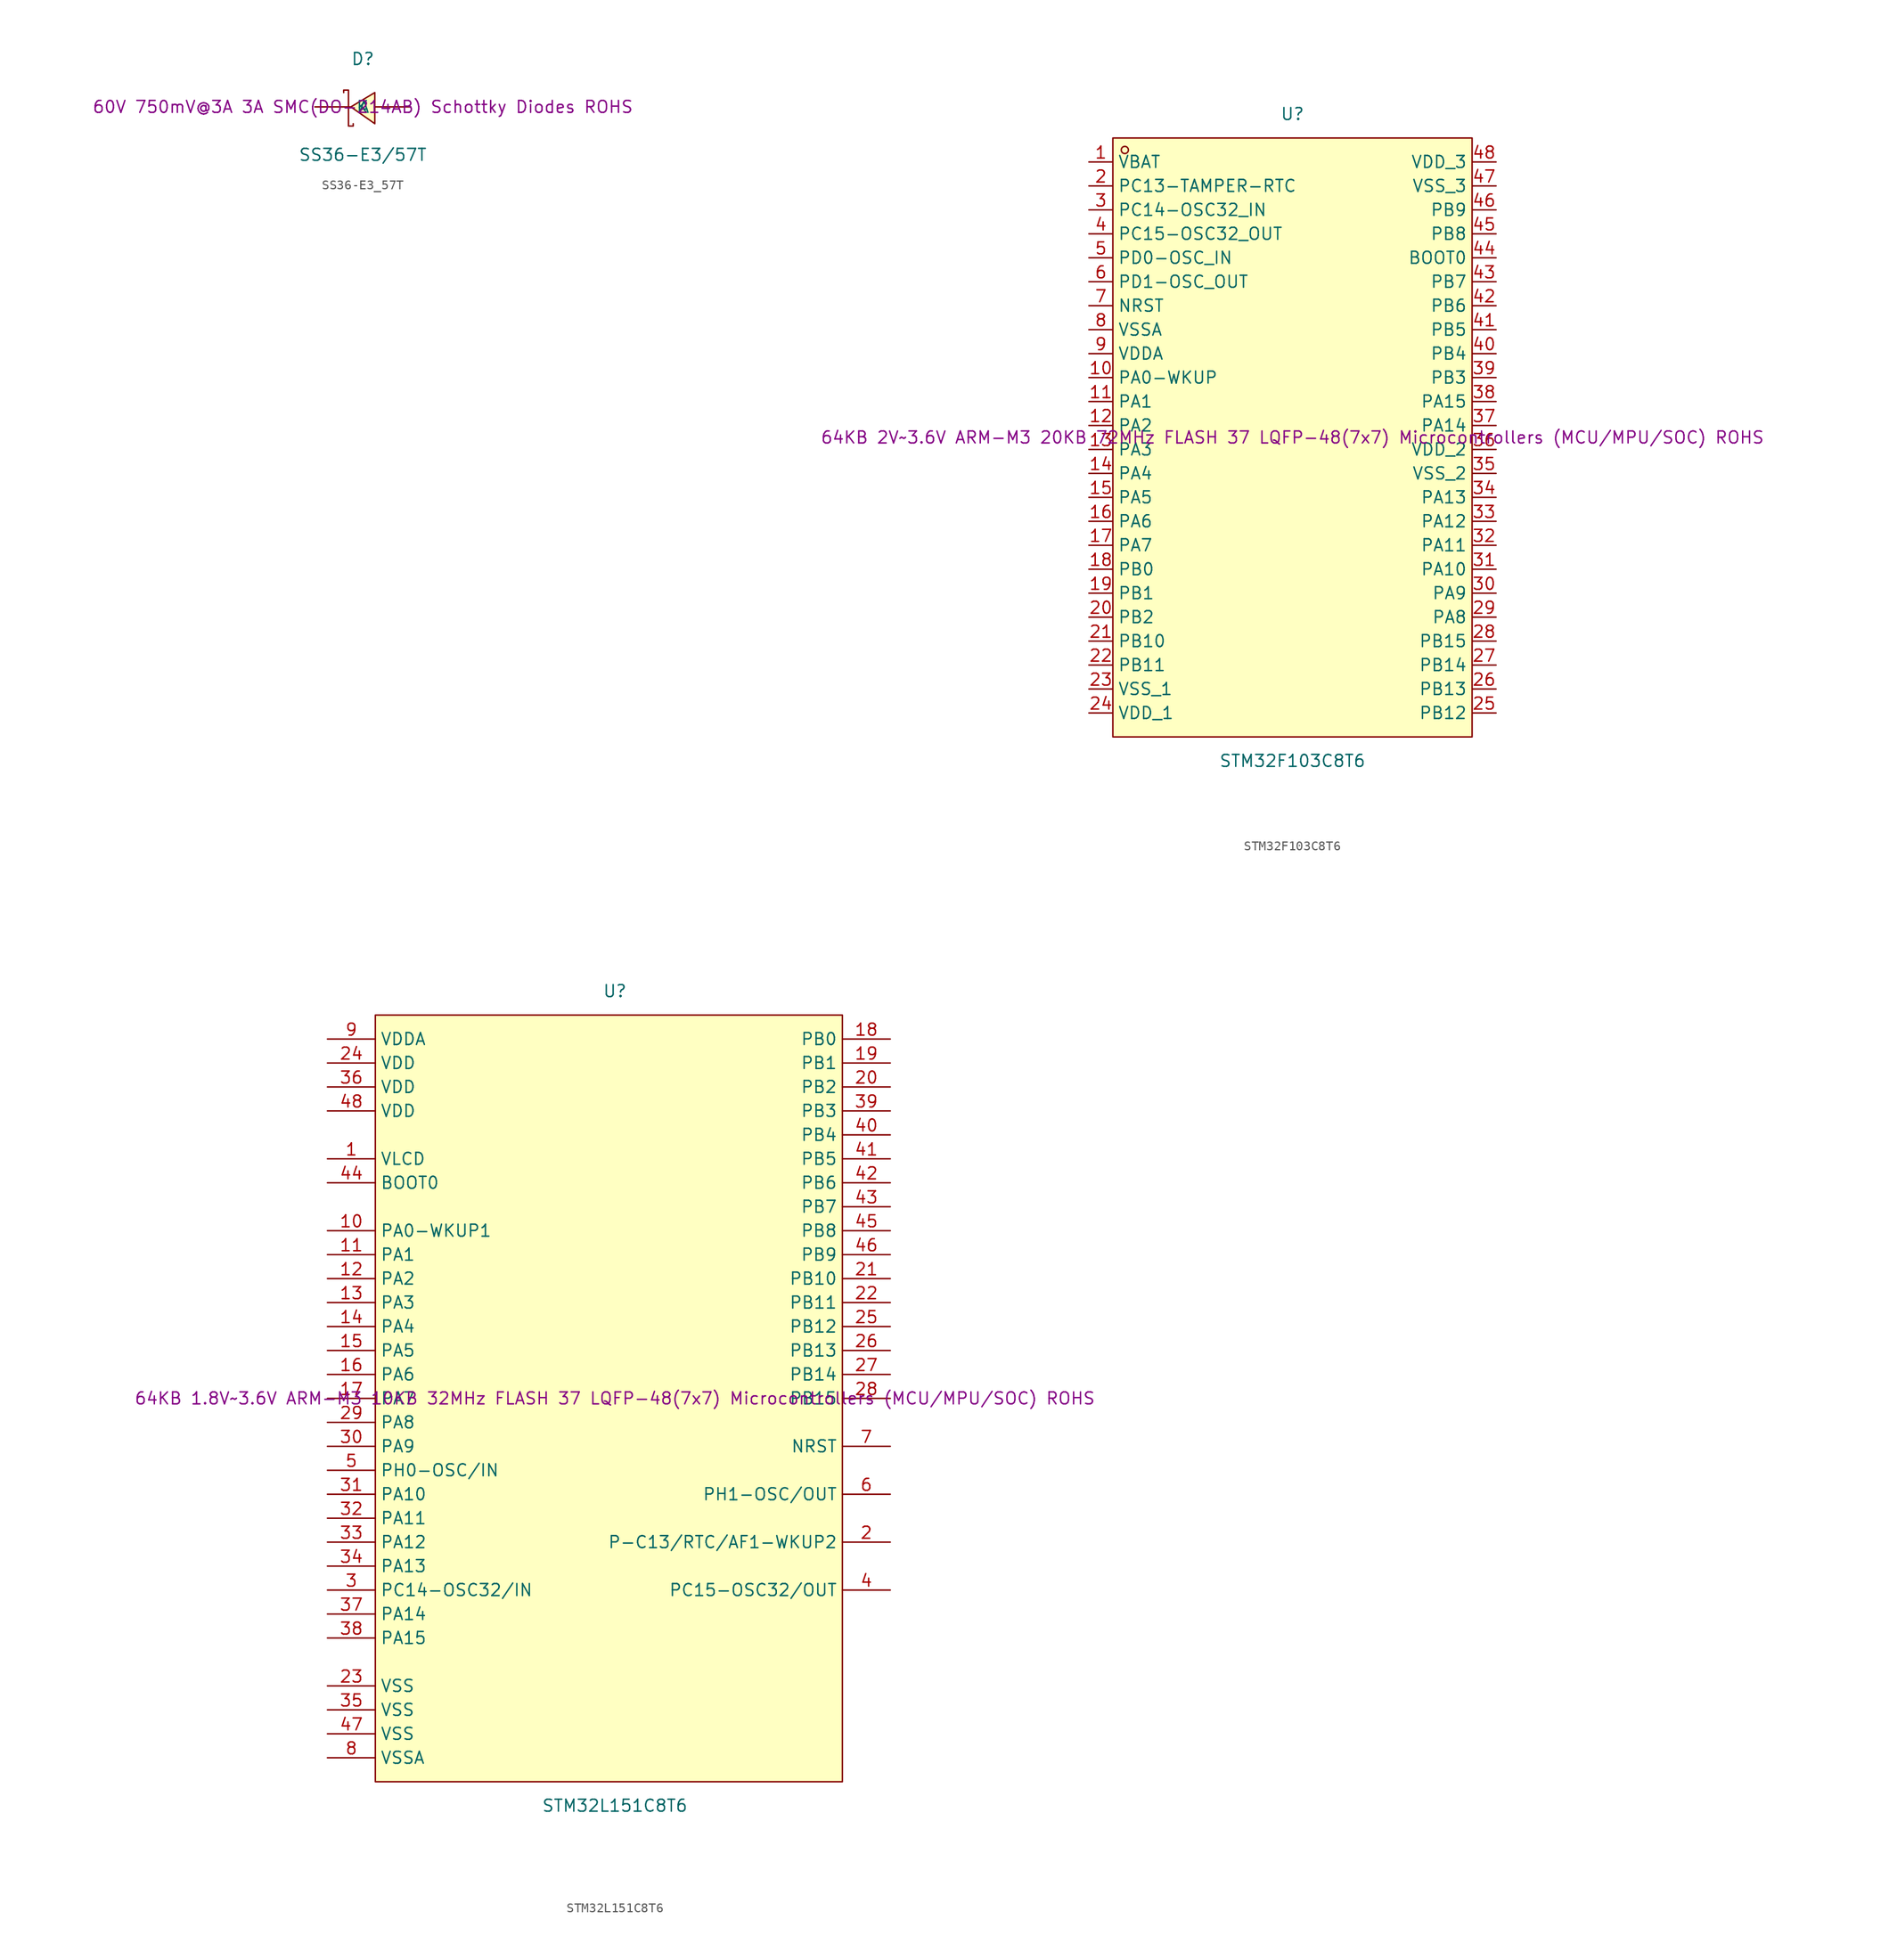
<source format=kicad_sym>
(kicad_symbol_lib
  (version 20241209)
  (generator "kicad_symbol_editor")
  (generator_version "9.0")
  (symbol "SS36-E3_57T"
    (pin_numbers
      (hide yes))
    (property "Reference" "D"
      (at 0 5.08 0)
      (effects (font (size 1.27 1.27))))
    (property "Value" "SS36-E3/57T"
      (at 0 -5.08 0)
      (effects (font (size 1.27 1.27))))
    (property "Description" "60V 750mV@3A 3A SMC(DO-214AB) Schottky Diodes ROHS"
      (at 0 0 0)
      (effects (font (size 1.27 1.27))))
    (symbol "SS36-E3_57T_0_1"
      (polyline (pts (xy -2.03 1.52) (xy -2.03 1.78) (xy -1.52 1.78) (xy -1.52 -2.03) (xy -1.02 -2.03) (xy -1.02 -1.78)) (stroke (width 0) (type default)) (fill (type none)))
      (polyline (pts (xy 1.27 1.52) (xy -1.27 0) (xy 1.27 -1.78) (xy 1.27 1.52)) (stroke (width 0) (type default)) (fill (type background)))
      (pin unspecified line (at -5.08 0 0) (length 3.81) (name "K" (effects (font (size 1.27 1.27)))) (number "2" (effects (font (size 1.27 1.27)))))
      (pin unspecified line (at 5.08 0 180) (length 3.81) (name "A" (effects (font (size 1.27 1.27)))) (number "1" (effects (font (size 1.27 1.27)))))))
  (symbol "STM32F103C8T6"
    (property "Reference" "U"
      (at 0 34.29 0)
      (effects (font (size 1.27 1.27))))
    (property "Value" "STM32F103C8T6"
      (at 0 -34.29 0)
      (effects (font (size 1.27 1.27))))
    (property "Description" "64KB 2V~3.6V ARM-M3 20KB 72MHz FLASH 37 LQFP-48(7x7) Microcontrollers (MCU/MPU/SOC) ROHS"
      (at 0 0 0)
      (effects (font (size 1.27 1.27))))
    (symbol "STM32F103C8T6_0_1"
      (rectangle (start -19.05 31.75) (end 19.05 -31.75) (stroke (width 0) (type default)) (fill (type background)))
      (circle (center -17.78 30.48) (radius 0.38) (stroke (width 0) (type default)) (fill (type none)))
      (pin unspecified line (at -21.59 29.21 0) (length 2.54) (name "VBAT" (effects (font (size 1.27 1.27)))) (number "1" (effects (font (size 1.27 1.27)))))
      (pin unspecified line (at -21.59 26.67 0) (length 2.54) (name "PC13-TAMPER-RTC" (effects (font (size 1.27 1.27)))) (number "2" (effects (font (size 1.27 1.27)))))
      (pin unspecified line (at -21.59 24.13 0) (length 2.54) (name "PC14-OSC32_IN" (effects (font (size 1.27 1.27)))) (number "3" (effects (font (size 1.27 1.27)))))
      (pin unspecified line (at -21.59 21.59 0) (length 2.54) (name "PC15-OSC32_OUT" (effects (font (size 1.27 1.27)))) (number "4" (effects (font (size 1.27 1.27)))))
      (pin unspecified line (at -21.59 19.05 0) (length 2.54) (name "PD0-OSC_IN" (effects (font (size 1.27 1.27)))) (number "5" (effects (font (size 1.27 1.27)))))
      (pin unspecified line (at -21.59 16.51 0) (length 2.54) (name "PD1-OSC_OUT" (effects (font (size 1.27 1.27)))) (number "6" (effects (font (size 1.27 1.27)))))
      (pin unspecified line (at -21.59 13.97 0) (length 2.54) (name "NRST" (effects (font (size 1.27 1.27)))) (number "7" (effects (font (size 1.27 1.27)))))
      (pin unspecified line (at -21.59 11.43 0) (length 2.54) (name "VSSA" (effects (font (size 1.27 1.27)))) (number "8" (effects (font (size 1.27 1.27)))))
      (pin unspecified line (at -21.59 8.89 0) (length 2.54) (name "VDDA" (effects (font (size 1.27 1.27)))) (number "9" (effects (font (size 1.27 1.27)))))
      (pin unspecified line (at -21.59 6.35 0) (length 2.54) (name "PA0-WKUP" (effects (font (size 1.27 1.27)))) (number "10" (effects (font (size 1.27 1.27)))))
      (pin unspecified line (at -21.59 3.81 0) (length 2.54) (name "PA1" (effects (font (size 1.27 1.27)))) (number "11" (effects (font (size 1.27 1.27)))))
      (pin unspecified line (at -21.59 1.27 0) (length 2.54) (name "PA2" (effects (font (size 1.27 1.27)))) (number "12" (effects (font (size 1.27 1.27)))))
      (pin unspecified line (at -21.59 -1.27 0) (length 2.54) (name "PA3" (effects (font (size 1.27 1.27)))) (number "13" (effects (font (size 1.27 1.27)))))
      (pin unspecified line (at -21.59 -3.81 0) (length 2.54) (name "PA4" (effects (font (size 1.27 1.27)))) (number "14" (effects (font (size 1.27 1.27)))))
      (pin unspecified line (at -21.59 -6.35 0) (length 2.54) (name "PA5" (effects (font (size 1.27 1.27)))) (number "15" (effects (font (size 1.27 1.27)))))
      (pin unspecified line (at -21.59 -8.89 0) (length 2.54) (name "PA6" (effects (font (size 1.27 1.27)))) (number "16" (effects (font (size 1.27 1.27)))))
      (pin unspecified line (at -21.59 -11.43 0) (length 2.54) (name "PA7" (effects (font (size 1.27 1.27)))) (number "17" (effects (font (size 1.27 1.27)))))
      (pin unspecified line (at -21.59 -13.97 0) (length 2.54) (name "PB0" (effects (font (size 1.27 1.27)))) (number "18" (effects (font (size 1.27 1.27)))))
      (pin unspecified line (at -21.59 -16.51 0) (length 2.54) (name "PB1" (effects (font (size 1.27 1.27)))) (number "19" (effects (font (size 1.27 1.27)))))
      (pin unspecified line (at -21.59 -19.05 0) (length 2.54) (name "PB2" (effects (font (size 1.27 1.27)))) (number "20" (effects (font (size 1.27 1.27)))))
      (pin unspecified line (at -21.59 -21.59 0) (length 2.54) (name "PB10" (effects (font (size 1.27 1.27)))) (number "21" (effects (font (size 1.27 1.27)))))
      (pin unspecified line (at -21.59 -24.13 0) (length 2.54) (name "PB11" (effects (font (size 1.27 1.27)))) (number "22" (effects (font (size 1.27 1.27)))))
      (pin unspecified line (at -21.59 -26.67 0) (length 2.54) (name "VSS_1" (effects (font (size 1.27 1.27)))) (number "23" (effects (font (size 1.27 1.27)))))
      (pin unspecified line (at -21.59 -29.21 0) (length 2.54) (name "VDD_1" (effects (font (size 1.27 1.27)))) (number "24" (effects (font (size 1.27 1.27)))))
      (pin unspecified line (at 21.59 29.21 180) (length 2.54) (name "VDD_3" (effects (font (size 1.27 1.27)))) (number "48" (effects (font (size 1.27 1.27)))))
      (pin unspecified line (at 21.59 26.67 180) (length 2.54) (name "VSS_3" (effects (font (size 1.27 1.27)))) (number "47" (effects (font (size 1.27 1.27)))))
      (pin unspecified line (at 21.59 24.13 180) (length 2.54) (name "PB9" (effects (font (size 1.27 1.27)))) (number "46" (effects (font (size 1.27 1.27)))))
      (pin unspecified line (at 21.59 21.59 180) (length 2.54) (name "PB8" (effects (font (size 1.27 1.27)))) (number "45" (effects (font (size 1.27 1.27)))))
      (pin unspecified line (at 21.59 19.05 180) (length 2.54) (name "BOOT0" (effects (font (size 1.27 1.27)))) (number "44" (effects (font (size 1.27 1.27)))))
      (pin unspecified line (at 21.59 16.51 180) (length 2.54) (name "PB7" (effects (font (size 1.27 1.27)))) (number "43" (effects (font (size 1.27 1.27)))))
      (pin unspecified line (at 21.59 13.97 180) (length 2.54) (name "PB6" (effects (font (size 1.27 1.27)))) (number "42" (effects (font (size 1.27 1.27)))))
      (pin unspecified line (at 21.59 11.43 180) (length 2.54) (name "PB5" (effects (font (size 1.27 1.27)))) (number "41" (effects (font (size 1.27 1.27)))))
      (pin unspecified line (at 21.59 8.89 180) (length 2.54) (name "PB4" (effects (font (size 1.27 1.27)))) (number "40" (effects (font (size 1.27 1.27)))))
      (pin unspecified line (at 21.59 6.35 180) (length 2.54) (name "PB3" (effects (font (size 1.27 1.27)))) (number "39" (effects (font (size 1.27 1.27)))))
      (pin unspecified line (at 21.59 3.81 180) (length 2.54) (name "PA15" (effects (font (size 1.27 1.27)))) (number "38" (effects (font (size 1.27 1.27)))))
      (pin unspecified line (at 21.59 1.27 180) (length 2.54) (name "PA14" (effects (font (size 1.27 1.27)))) (number "37" (effects (font (size 1.27 1.27)))))
      (pin unspecified line (at 21.59 -1.27 180) (length 2.54) (name "VDD_2" (effects (font (size 1.27 1.27)))) (number "36" (effects (font (size 1.27 1.27)))))
      (pin unspecified line (at 21.59 -3.81 180) (length 2.54) (name "VSS_2" (effects (font (size 1.27 1.27)))) (number "35" (effects (font (size 1.27 1.27)))))
      (pin unspecified line (at 21.59 -6.35 180) (length 2.54) (name "PA13" (effects (font (size 1.27 1.27)))) (number "34" (effects (font (size 1.27 1.27)))))
      (pin unspecified line (at 21.59 -8.89 180) (length 2.54) (name "PA12" (effects (font (size 1.27 1.27)))) (number "33" (effects (font (size 1.27 1.27)))))
      (pin unspecified line (at 21.59 -11.43 180) (length 2.54) (name "PA11" (effects (font (size 1.27 1.27)))) (number "32" (effects (font (size 1.27 1.27)))))
      (pin unspecified line (at 21.59 -13.97 180) (length 2.54) (name "PA10" (effects (font (size 1.27 1.27)))) (number "31" (effects (font (size 1.27 1.27)))))
      (pin unspecified line (at 21.59 -16.51 180) (length 2.54) (name "PA9" (effects (font (size 1.27 1.27)))) (number "30" (effects (font (size 1.27 1.27)))))
      (pin unspecified line (at 21.59 -19.05 180) (length 2.54) (name "PA8" (effects (font (size 1.27 1.27)))) (number "29" (effects (font (size 1.27 1.27)))))
      (pin unspecified line (at 21.59 -21.59 180) (length 2.54) (name "PB15" (effects (font (size 1.27 1.27)))) (number "28" (effects (font (size 1.27 1.27)))))
      (pin unspecified line (at 21.59 -24.13 180) (length 2.54) (name "PB14" (effects (font (size 1.27 1.27)))) (number "27" (effects (font (size 1.27 1.27)))))
      (pin unspecified line (at 21.59 -26.67 180) (length 2.54) (name "PB13" (effects (font (size 1.27 1.27)))) (number "26" (effects (font (size 1.27 1.27)))))
      (pin unspecified line (at 21.59 -29.21 180) (length 2.54) (name "PB12" (effects (font (size 1.27 1.27)))) (number "25" (effects (font (size 1.27 1.27)))))))
  (symbol "STM32L151C8T6"
    (property "Reference" "U"
      (at 0 43.18 0)
      (effects (font (size 1.27 1.27))))
    (property "Value" "STM32L151C8T6"
      (at 0 -43.18 0)
      (effects (font (size 1.27 1.27))))
    (property "Description" "64KB 1.8V~3.6V ARM-M3 10KB 32MHz FLASH 37 LQFP-48(7x7) Microcontrollers (MCU/MPU/SOC) ROHS"
      (at 0 0 0)
      (effects (font (size 1.27 1.27))))
    (symbol "STM32L151C8T6_0_1"
      (rectangle (start -25.4 40.64) (end 24.13 -40.64) (stroke (width 0) (type default)) (fill (type background)))
      (pin power_in line (at -30.48 38.1 0) (length 5.08) (name "VDDA" (effects (font (size 1.27 1.27)))) (number "9" (effects (font (size 1.27 1.27)))))
      (pin power_in line (at -30.48 35.56 0) (length 5.08) (name "VDD" (effects (font (size 1.27 1.27)))) (number "24" (effects (font (size 1.27 1.27)))))
      (pin power_in line (at -30.48 33.02 0) (length 5.08) (name "VDD" (effects (font (size 1.27 1.27)))) (number "36" (effects (font (size 1.27 1.27)))))
      (pin power_in line (at -30.48 30.48 0) (length 5.08) (name "VDD" (effects (font (size 1.27 1.27)))) (number "48" (effects (font (size 1.27 1.27)))))
      (pin power_in line (at -30.48 25.4 0) (length 5.08) (name "VLCD" (effects (font (size 1.27 1.27)))) (number "1" (effects (font (size 1.27 1.27)))))
      (pin input line (at -30.48 22.86 0) (length 5.08) (name "BOOT0" (effects (font (size 1.27 1.27)))) (number "44" (effects (font (size 1.27 1.27)))))
      (pin unspecified line (at -30.48 17.78 0) (length 5.08) (name "PA0-WKUP1" (effects (font (size 1.27 1.27)))) (number "10" (effects (font (size 1.27 1.27)))))
      (pin unspecified line (at -30.48 15.24 0) (length 5.08) (name "PA1" (effects (font (size 1.27 1.27)))) (number "11" (effects (font (size 1.27 1.27)))))
      (pin unspecified line (at -30.48 12.7 0) (length 5.08) (name "PA2" (effects (font (size 1.27 1.27)))) (number "12" (effects (font (size 1.27 1.27)))))
      (pin unspecified line (at -30.48 10.16 0) (length 5.08) (name "PA3" (effects (font (size 1.27 1.27)))) (number "13" (effects (font (size 1.27 1.27)))))
      (pin unspecified line (at -30.48 7.62 0) (length 5.08) (name "PA4" (effects (font (size 1.27 1.27)))) (number "14" (effects (font (size 1.27 1.27)))))
      (pin unspecified line (at -30.48 5.08 0) (length 5.08) (name "PA5" (effects (font (size 1.27 1.27)))) (number "15" (effects (font (size 1.27 1.27)))))
      (pin unspecified line (at -30.48 2.54 0) (length 5.08) (name "PA6" (effects (font (size 1.27 1.27)))) (number "16" (effects (font (size 1.27 1.27)))))
      (pin unspecified line (at -30.48 0 0) (length 5.08) (name "PA7" (effects (font (size 1.27 1.27)))) (number "17" (effects (font (size 1.27 1.27)))))
      (pin unspecified line (at -30.48 -2.54 0) (length 5.08) (name "PA8" (effects (font (size 1.27 1.27)))) (number "29" (effects (font (size 1.27 1.27)))))
      (pin unspecified line (at -30.48 -5.08 0) (length 5.08) (name "PA9" (effects (font (size 1.27 1.27)))) (number "30" (effects (font (size 1.27 1.27)))))
      (pin input line (at -30.48 -7.62 0) (length 5.08) (name "PH0-OSC/IN" (effects (font (size 1.27 1.27)))) (number "5" (effects (font (size 1.27 1.27)))))
      (pin unspecified line (at -30.48 -10.16 0) (length 5.08) (name "PA10" (effects (font (size 1.27 1.27)))) (number "31" (effects (font (size 1.27 1.27)))))
      (pin unspecified line (at -30.48 -12.7 0) (length 5.08) (name "PA11" (effects (font (size 1.27 1.27)))) (number "32" (effects (font (size 1.27 1.27)))))
      (pin unspecified line (at -30.48 -15.24 0) (length 5.08) (name "PA12" (effects (font (size 1.27 1.27)))) (number "33" (effects (font (size 1.27 1.27)))))
      (pin unspecified line (at -30.48 -17.78 0) (length 5.08) (name "PA13" (effects (font (size 1.27 1.27)))) (number "34" (effects (font (size 1.27 1.27)))))
      (pin input line (at -30.48 -20.32 0) (length 5.08) (name "PC14-OSC32/IN" (effects (font (size 1.27 1.27)))) (number "3" (effects (font (size 1.27 1.27)))))
      (pin unspecified line (at -30.48 -22.86 0) (length 5.08) (name "PA14" (effects (font (size 1.27 1.27)))) (number "37" (effects (font (size 1.27 1.27)))))
      (pin unspecified line (at -30.48 -25.4 0) (length 5.08) (name "PA15" (effects (font (size 1.27 1.27)))) (number "38" (effects (font (size 1.27 1.27)))))
      (pin power_in line (at -30.48 -30.48 0) (length 5.08) (name "VSS" (effects (font (size 1.27 1.27)))) (number "23" (effects (font (size 1.27 1.27)))))
      (pin power_in line (at -30.48 -33.02 0) (length 5.08) (name "VSS" (effects (font (size 1.27 1.27)))) (number "35" (effects (font (size 1.27 1.27)))))
      (pin power_in line (at -30.48 -35.56 0) (length 5.08) (name "VSS" (effects (font (size 1.27 1.27)))) (number "47" (effects (font (size 1.27 1.27)))))
      (pin power_in line (at -30.48 -38.1 0) (length 5.08) (name "VSSA" (effects (font (size 1.27 1.27)))) (number "8" (effects (font (size 1.27 1.27)))))
      (pin unspecified line (at 29.21 38.1 180) (length 5.08) (name "PB0" (effects (font (size 1.27 1.27)))) (number "18" (effects (font (size 1.27 1.27)))))
      (pin unspecified line (at 29.21 35.56 180) (length 5.08) (name "PB1" (effects (font (size 1.27 1.27)))) (number "19" (effects (font (size 1.27 1.27)))))
      (pin unspecified line (at 29.21 33.02 180) (length 5.08) (name "PB2" (effects (font (size 1.27 1.27)))) (number "20" (effects (font (size 1.27 1.27)))))
      (pin unspecified line (at 29.21 30.48 180) (length 5.08) (name "PB3" (effects (font (size 1.27 1.27)))) (number "39" (effects (font (size 1.27 1.27)))))
      (pin unspecified line (at 29.21 27.94 180) (length 5.08) (name "PB4" (effects (font (size 1.27 1.27)))) (number "40" (effects (font (size 1.27 1.27)))))
      (pin unspecified line (at 29.21 25.4 180) (length 5.08) (name "PB5" (effects (font (size 1.27 1.27)))) (number "41" (effects (font (size 1.27 1.27)))))
      (pin unspecified line (at 29.21 22.86 180) (length 5.08) (name "PB6" (effects (font (size 1.27 1.27)))) (number "42" (effects (font (size 1.27 1.27)))))
      (pin unspecified line (at 29.21 20.32 180) (length 5.08) (name "PB7" (effects (font (size 1.27 1.27)))) (number "43" (effects (font (size 1.27 1.27)))))
      (pin unspecified line (at 29.21 17.78 180) (length 5.08) (name "PB8" (effects (font (size 1.27 1.27)))) (number "45" (effects (font (size 1.27 1.27)))))
      (pin unspecified line (at 29.21 15.24 180) (length 5.08) (name "PB9" (effects (font (size 1.27 1.27)))) (number "46" (effects (font (size 1.27 1.27)))))
      (pin unspecified line (at 29.21 12.7 180) (length 5.08) (name "PB10" (effects (font (size 1.27 1.27)))) (number "21" (effects (font (size 1.27 1.27)))))
      (pin unspecified line (at 29.21 10.16 180) (length 5.08) (name "PB11" (effects (font (size 1.27 1.27)))) (number "22" (effects (font (size 1.27 1.27)))))
      (pin unspecified line (at 29.21 7.62 180) (length 5.08) (name "PB12" (effects (font (size 1.27 1.27)))) (number "25" (effects (font (size 1.27 1.27)))))
      (pin unspecified line (at 29.21 5.08 180) (length 5.08) (name "PB13" (effects (font (size 1.27 1.27)))) (number "26" (effects (font (size 1.27 1.27)))))
      (pin unspecified line (at 29.21 2.54 180) (length 5.08) (name "PB14" (effects (font (size 1.27 1.27)))) (number "27" (effects (font (size 1.27 1.27)))))
      (pin unspecified line (at 29.21 0 180) (length 5.08) (name "PB15" (effects (font (size 1.27 1.27)))) (number "28" (effects (font (size 1.27 1.27)))))
      (pin unspecified line (at 29.21 -5.08 180) (length 5.08) (name "NRST" (effects (font (size 1.27 1.27)))) (number "7" (effects (font (size 1.27 1.27)))))
      (pin output line (at 29.21 -10.16 180) (length 5.08) (name "PH1-OSC/OUT" (effects (font (size 1.27 1.27)))) (number "6" (effects (font (size 1.27 1.27)))))
      (pin unspecified line (at 29.21 -15.24 180) (length 5.08) (name "P-C13/RTC/AF1-WKUP2" (effects (font (size 1.27 1.27)))) (number "2" (effects (font (size 1.27 1.27)))))
      (pin output line (at 29.21 -20.32 180) (length 5.08) (name "PC15-OSC32/OUT" (effects (font (size 1.27 1.27)))) (number "4" (effects (font (size 1.27 1.27))))))))
</source>
